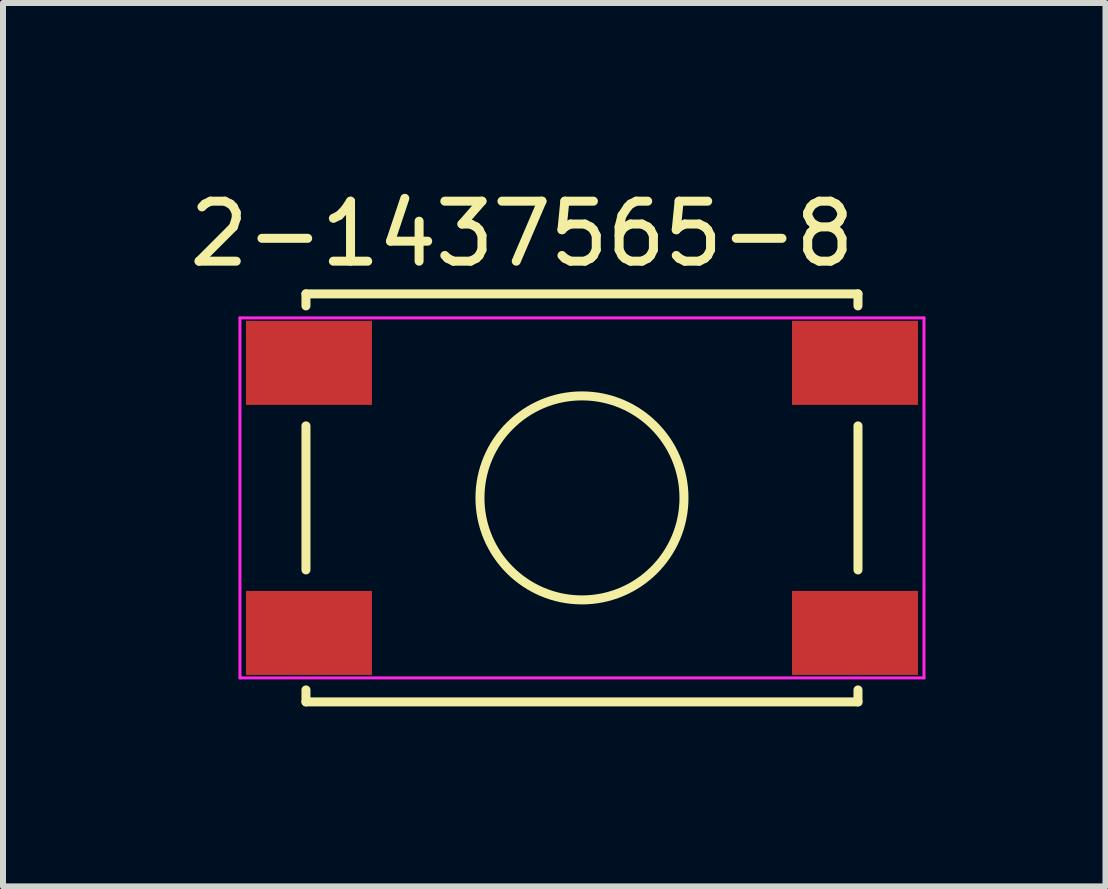
<source format=kicad_pcb>
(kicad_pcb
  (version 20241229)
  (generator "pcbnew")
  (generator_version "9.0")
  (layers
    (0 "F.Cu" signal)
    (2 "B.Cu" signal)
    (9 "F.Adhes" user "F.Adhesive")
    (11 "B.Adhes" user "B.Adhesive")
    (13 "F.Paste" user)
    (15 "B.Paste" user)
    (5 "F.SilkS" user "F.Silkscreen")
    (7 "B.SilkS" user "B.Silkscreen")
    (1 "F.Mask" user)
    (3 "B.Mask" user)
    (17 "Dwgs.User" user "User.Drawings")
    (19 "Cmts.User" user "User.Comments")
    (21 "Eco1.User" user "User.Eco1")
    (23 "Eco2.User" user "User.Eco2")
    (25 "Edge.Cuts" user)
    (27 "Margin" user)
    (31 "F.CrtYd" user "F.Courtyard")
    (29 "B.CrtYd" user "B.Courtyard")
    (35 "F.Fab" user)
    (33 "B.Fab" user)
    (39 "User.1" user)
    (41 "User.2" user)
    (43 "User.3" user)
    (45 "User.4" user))
  (footprint "2-1437565-8"
    (layer "F.Cu")
    (at 6.649 5.248)
    (property "Reference" "2-1437565-8" (at -1 -4.4 0) (layer "F.SilkS") (effects (font (size 1 1) (thickness 0.15))))
    (attr smd)
    (fp_line (start -4.6 -3.4) (end -4.6 -3.2) (stroke (width 0.15) (type solid)) (layer "F.SilkS"))
    (fp_line (start -4.6 -1.2) (end -4.6 1.2) (stroke (width 0.15) (type solid)) (layer "F.SilkS"))
    (fp_line (start -4.6 3.4) (end -4.6 3.2) (stroke (width 0.15) (type solid)) (layer "F.SilkS"))
    (fp_line (start -4.6 3.4) (end 4.6 3.4) (stroke (width 0.15) (type solid)) (layer "F.SilkS"))
    (fp_line (start 4.6 -3.4) (end -4.6 -3.4) (stroke (width 0.15) (type solid)) (layer "F.SilkS"))
    (fp_line (start 4.6 -3.4) (end 4.6 -3.2) (stroke (width 0.15) (type solid)) (layer "F.SilkS"))
    (fp_line (start 4.6 -1.2) (end 4.6 1.2) (stroke (width 0.15) (type solid)) (layer "F.SilkS"))
    (fp_line (start 4.6 3.4) (end 4.6 3.2) (stroke (width 0.15) (type solid)) (layer "F.SilkS"))
    (fp_circle (center 0 0) (end 1.7 0) (stroke (width 0.15) (type solid)) (fill no) (layer "F.SilkS"))
    (fp_line (start -5.7 -3) (end 5.7 -3) (stroke (width 0.05) (type solid)) (layer "F.CrtYd"))
    (fp_line (start -5.7 3) (end -5.7 -3) (stroke (width 0.05) (type solid)) (layer "F.CrtYd"))
    (fp_line (start 5.7 -3) (end 5.7 3) (stroke (width 0.05) (type solid)) (layer "F.CrtYd"))
    (fp_line (start 5.7 3) (end -5.7 3) (stroke (width 0.05) (type solid)) (layer "F.CrtYd"))
    (pad "1" smd rect (at 4.55 -2.25) (size 2.1 1.4) (layers "F.Cu" "F.Mask" "F.Paste"))
    (pad "2" smd rect (at 4.55 2.25) (size 2.1 1.4) (layers "F.Cu" "F.Mask" "F.Paste"))
    (pad "3" smd rect (at -4.55 -2.25) (size 2.1 1.4) (layers "F.Cu" "F.Mask" "F.Paste"))
    (pad "4" smd rect (at -4.55 2.25) (size 2.1 1.4) (layers "F.Cu" "F.Mask" "F.Paste")))
  (gr_rect
    (start -3 -3)
    (end 15.374 11.723)
    (stroke (width 0.1) (type default))
    (fill no)
    (layer "Edge.Cuts")))
</source>
